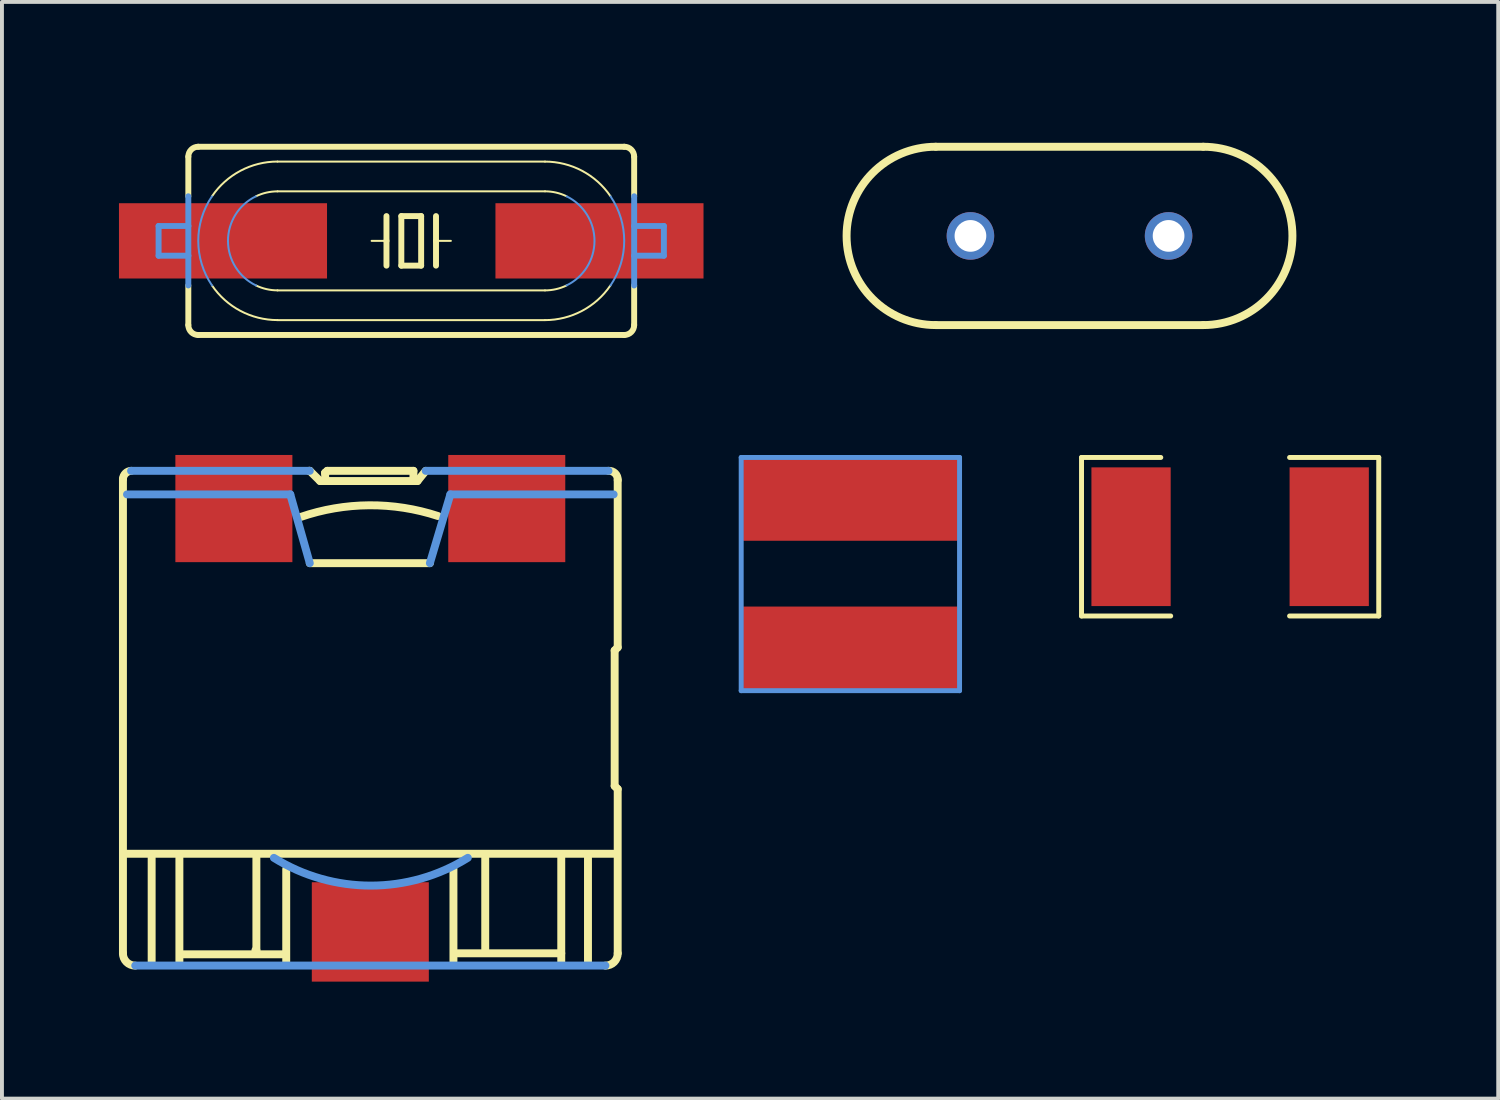
<source format=kicad_pcb>
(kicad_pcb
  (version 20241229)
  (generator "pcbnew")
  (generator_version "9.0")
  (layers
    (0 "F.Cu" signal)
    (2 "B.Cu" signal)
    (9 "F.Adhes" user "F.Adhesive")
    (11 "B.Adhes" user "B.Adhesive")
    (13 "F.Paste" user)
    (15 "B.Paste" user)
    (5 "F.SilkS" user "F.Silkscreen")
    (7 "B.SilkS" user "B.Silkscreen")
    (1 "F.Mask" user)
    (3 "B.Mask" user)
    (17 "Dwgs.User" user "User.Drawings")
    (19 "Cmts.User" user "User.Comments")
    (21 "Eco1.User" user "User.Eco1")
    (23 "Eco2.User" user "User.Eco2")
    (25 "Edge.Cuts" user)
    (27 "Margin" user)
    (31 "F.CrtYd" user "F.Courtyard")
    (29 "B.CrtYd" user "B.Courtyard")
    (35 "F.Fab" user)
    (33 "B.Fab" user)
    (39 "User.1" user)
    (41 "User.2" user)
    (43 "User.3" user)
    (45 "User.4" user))
  (footprint "IND_CR54"
    (layer "F.Cu")
    (at 18.751 11.657)
    (property "Reference" "IND_CR54" (at 0 0 0) (layer "Eco1.User") (effects (font (size 0.6 0.6) (thickness 0.1))))
    (attr through_hole)
    (fp_line (start -2.799 -2.979) (end -2.799 3) (stroke (width 0.127) (type solid)) (layer "Cmts.User"))
    (fp_line (start -2.799 3) (end 2.799 3) (stroke (width 0.127) (type solid)) (layer "Cmts.User"))
    (fp_line (start 2.799 -2.979) (end -2.799 -2.979) (stroke (width 0.127) (type solid)) (layer "Cmts.User"))
    (fp_line (start 2.799 3) (end 2.799 -2.979) (stroke (width 0.127) (type solid)) (layer "Cmts.User"))
    (pad "1" smd rect (at 0 -1.918) (size 5.499 2.149) (layers "F.Cu" "F.Mask" "F.Paste"))
    (pad "2" smd rect (at 0 1.918) (size 5.499 2.149) (layers "F.Cu" "F.Mask" "F.Paste")))
  (footprint "HC49UP"
    (layer "F.Cu")
    (at 7.493 3.125)
    (property "Reference" "HC49UP" (at -3.175 -2.159 0) (layer "Eco1.User") (effects (font (size 1.27 1.27) (thickness 0.127))))
    (attr through_hole)
    (fp_line (start -5.715 -1.143) (end -5.715 -2.159) (stroke (width 0.152) (type solid)) (layer "F.SilkS"))
    (fp_line (start -5.715 2.159) (end -5.715 1.143) (stroke (width 0.152) (type solid)) (layer "F.SilkS"))
    (fp_line (start -3.429 -2.032) (end 3.429 -2.032) (stroke (width 0.051) (type solid)) (layer "F.SilkS"))
    (fp_line (start -3.429 -1.27) (end 3.429 -1.27) (stroke (width 0.051) (type solid)) (layer "F.SilkS"))
    (fp_line (start -0.635 -0.635) (end -0.635 0) (stroke (width 0.152) (type solid)) (layer "F.SilkS"))
    (fp_line (start -0.635 0) (end -1.016 0) (stroke (width 0.051) (type solid)) (layer "F.SilkS"))
    (fp_line (start -0.635 0) (end -0.635 0.635) (stroke (width 0.152) (type solid)) (layer "F.SilkS"))
    (fp_line (start -0.254 -0.635) (end -0.254 0.635) (stroke (width 0.152) (type solid)) (layer "F.SilkS"))
    (fp_line (start -0.254 0.635) (end 0.254 0.635) (stroke (width 0.152) (type solid)) (layer "F.SilkS"))
    (fp_line (start 0.254 -0.635) (end -0.254 -0.635) (stroke (width 0.152) (type solid)) (layer "F.SilkS"))
    (fp_line (start 0.254 0.635) (end 0.254 -0.635) (stroke (width 0.152) (type solid)) (layer "F.SilkS"))
    (fp_line (start 0.635 -0.635) (end 0.635 0) (stroke (width 0.152) (type solid)) (layer "F.SilkS"))
    (fp_line (start 0.635 0) (end 0.635 0.635) (stroke (width 0.152) (type solid)) (layer "F.SilkS"))
    (fp_line (start 0.635 0) (end 1.016 0) (stroke (width 0.051) (type solid)) (layer "F.SilkS"))
    (fp_line (start 3.429 1.27) (end -3.429 1.27) (stroke (width 0.051) (type solid)) (layer "F.SilkS"))
    (fp_line (start 3.429 2.032) (end -3.429 2.032) (stroke (width 0.051) (type solid)) (layer "F.SilkS"))
    (fp_line (start 5.461 -2.413) (end -5.461 -2.413) (stroke (width 0.152) (type solid)) (layer "F.SilkS"))
    (fp_line (start 5.461 2.413) (end -5.461 2.413) (stroke (width 0.152) (type solid)) (layer "F.SilkS"))
    (fp_line (start 5.715 -1.143) (end 5.715 -2.159) (stroke (width 0.152) (type solid)) (layer "F.SilkS"))
    (fp_line (start 5.715 2.159) (end 5.715 1.143) (stroke (width 0.152) (type solid)) (layer "F.SilkS"))
    (fp_arc (start -5.715 -2.159) (mid -5.640605 -2.338605) (end -5.461 -2.413) (stroke (width 0.1524) (type solid)) (layer "F.SilkS"))
    (fp_arc (start -5.461 2.413) (mid -5.640605 2.338605) (end -5.715 2.159) (stroke (width 0.1524) (type solid)) (layer "F.SilkS"))
    (fp_arc (start -5.10794 -1.143) (mid -4.379218 -1.796128) (end -3.429787 -2.033178) (stroke (width 0.0508) (type solid)) (layer "F.SilkS"))
    (fp_arc (start -3.98018 -1.143) (mid -3.711094 -1.237203) (end -3.427769 -1.268955) (stroke (width 0.0508) (type solid)) (layer "F.SilkS"))
    (fp_arc (start -3.430896 2.03108) (mid -4.379513 1.794942) (end -5.10794 1.143) (stroke (width 0.0508) (type solid)) (layer "F.SilkS"))
    (fp_arc (start -3.427769 1.268955) (mid -3.711094 1.237203) (end -3.98018 1.143) (stroke (width 0.0508) (type solid)) (layer "F.SilkS"))
    (fp_arc (start 3.429 -2.032) (mid 4.378266 -1.796641) (end 5.107632 -1.145085) (stroke (width 0.0508) (type solid)) (layer "F.SilkS"))
    (fp_arc (start 3.429 -1.27) (mid 3.712527 -1.237947) (end 3.981743 -1.143405) (stroke (width 0.0508) (type solid)) (layer "F.SilkS"))
    (fp_arc (start 3.981743 1.143405) (mid 3.712527 1.237947) (end 3.429 1.27) (stroke (width 0.0508) (type solid)) (layer "F.SilkS"))
    (fp_arc (start 5.106523 1.142987) (mid 4.377972 1.795454) (end 3.429 2.032) (stroke (width 0.0508) (type solid)) (layer "F.SilkS"))
    (fp_arc (start 5.461 -2.413) (mid 5.640605 -2.338605) (end 5.715 -2.159) (stroke (width 0.1524) (type solid)) (layer "F.SilkS"))
    (fp_arc (start 5.715 2.159) (mid 5.640605 2.338605) (end 5.461 2.413) (stroke (width 0.1524) (type solid)) (layer "F.SilkS"))
    (fp_line (start -6.477 0.381) (end -6.477 -0.381) (stroke (width 0.152) (type solid)) (layer "Cmts.User"))
    (fp_line (start -5.715 -0.381) (end -6.477 -0.381) (stroke (width 0.152) (type solid)) (layer "Cmts.User"))
    (fp_line (start -5.715 -0.381) (end -5.715 -1.143) (stroke (width 0.152) (type solid)) (layer "Cmts.User"))
    (fp_line (start -5.715 0.381) (end -6.477 0.381) (stroke (width 0.152) (type solid)) (layer "Cmts.User"))
    (fp_line (start -5.715 0.381) (end -5.715 -0.381) (stroke (width 0.152) (type solid)) (layer "Cmts.User"))
    (fp_line (start -5.715 1.143) (end -5.715 0.381) (stroke (width 0.152) (type solid)) (layer "Cmts.User"))
    (fp_line (start 5.715 -0.381) (end 6.477 -0.381) (stroke (width 0.152) (type solid)) (layer "Cmts.User"))
    (fp_line (start 5.715 0.381) (end 6.477 0.381) (stroke (width 0.152) (type solid)) (layer "Cmts.User"))
    (fp_line (start 5.715 1.143) (end 5.715 -1.143) (stroke (width 0.152) (type solid)) (layer "Cmts.User"))
    (fp_line (start 6.477 0.381) (end 6.477 -0.381) (stroke (width 0.152) (type solid)) (layer "Cmts.User"))
    (fp_arc (start -5.10794 1.143) (mid -5.46008 0.001649) (end -5.109794 -1.140273) (stroke (width 0.0508) (type solid)) (layer "Cmts.User"))
    (fp_arc (start -3.98018 1.143) (mid -4.697953 0.002339) (end -3.98439 -1.14096) (stroke (width 0.0508) (type solid)) (layer "Cmts.User"))
    (fp_arc (start 3.98439 -1.14096) (mid 4.697953 0.002339) (end 3.98018 1.143) (stroke (width 0.0508) (type solid)) (layer "Cmts.User"))
    (fp_arc (start 5.109794 -1.140273) (mid 5.460081 0.001649) (end 5.10794 1.143) (stroke (width 0.0508) (type solid)) (layer "Cmts.User"))
    (pad "1" smd rect (at -4.826 0) (size 5.334 1.93) (layers "F.Cu" "F.Mask" "F.Paste"))
    (pad "2" smd rect (at 4.826 0) (size 5.334 1.93) (layers "F.Cu" "F.Mask" "F.Paste")))
  (footprint "IND_CEP125"
    (layer "F.Cu")
    (at 6.444 15.363)
    (property "Reference" "IND_CEP125" (at 0 -1.905 0) (layer "Eco1.User") (effects (font (size 1.2 1.2) (thickness 0.2))))
    (attr through_hole)
    (fp_line (start -6.342 6.027) (end -6.342 -6.134) (stroke (width 0.203) (type solid)) (layer "F.SilkS"))
    (fp_line (start -5.606 3.579) (end -5.606 6.238) (stroke (width 0.203) (type solid)) (layer "F.SilkS"))
    (fp_line (start -4.895 6.238) (end -4.895 3.579) (stroke (width 0.203) (type solid)) (layer "F.SilkS"))
    (fp_line (start -4.79 6.053) (end -2.21 6.053) (stroke (width 0.203) (type solid)) (layer "F.SilkS"))
    (fp_line (start -2.946 5.949) (end -2.921 5.949) (stroke (width 0.203) (type solid)) (layer "F.SilkS"))
    (fp_line (start -2.921 5.949) (end -2.921 3.579) (stroke (width 0.203) (type solid)) (layer "F.SilkS"))
    (fp_line (start -2.156 6.238) (end -2.156 3.868) (stroke (width 0.203) (type solid)) (layer "F.SilkS"))
    (fp_line (start -1.577 -6.342) (end -1.552 -6.342) (stroke (width 0.203) (type solid)) (layer "F.SilkS"))
    (fp_line (start -1.552 -6.342) (end -1.288 -6.081) (stroke (width 0.203) (type solid)) (layer "F.SilkS"))
    (fp_line (start -1.552 -3.975) (end 1.527 -3.975) (stroke (width 0.203) (type solid)) (layer "F.SilkS"))
    (fp_line (start -1.288 -6.081) (end -1.158 -6.081) (stroke (width 0.203) (type solid)) (layer "F.SilkS"))
    (fp_line (start -1.158 -6.292) (end -1.158 -6.292) (stroke (width 0.203) (type solid)) (layer "F.SilkS"))
    (fp_line (start -1.158 -6.292) (end -1.105 -6.342) (stroke (width 0.203) (type solid)) (layer "F.SilkS"))
    (fp_line (start -1.158 -6.081) (end -1.158 -6.292) (stroke (width 0.203) (type solid)) (layer "F.SilkS"))
    (fp_line (start -1.105 -6.342) (end 1.105 -6.342) (stroke (width 0.203) (type solid)) (layer "F.SilkS"))
    (fp_line (start 1.105 -6.342) (end 1.105 -6.081) (stroke (width 0.203) (type solid)) (layer "F.SilkS"))
    (fp_line (start 1.105 -6.081) (end -1.158 -6.081) (stroke (width 0.203) (type solid)) (layer "F.SilkS"))
    (fp_line (start 1.105 -6.081) (end 1.209 -6.081) (stroke (width 0.203) (type solid)) (layer "F.SilkS"))
    (fp_line (start 1.209 -6.081) (end 1.42 -6.342) (stroke (width 0.203) (type solid)) (layer "F.SilkS"))
    (fp_line (start 2.131 6.238) (end 2.131 3.868) (stroke (width 0.203) (type solid)) (layer "F.SilkS"))
    (fp_line (start 2.238 6.027) (end 4.895 6.027) (stroke (width 0.203) (type solid)) (layer "F.SilkS"))
    (fp_line (start 2.946 5.923) (end 2.946 3.579) (stroke (width 0.203) (type solid)) (layer "F.SilkS"))
    (fp_line (start 4.895 3.579) (end 4.895 6.238) (stroke (width 0.203) (type solid)) (layer "F.SilkS"))
    (fp_line (start 5.58 6.238) (end 5.58 3.579) (stroke (width 0.203) (type solid)) (layer "F.SilkS"))
    (fp_line (start 6.238 3.475) (end -6.264 3.475) (stroke (width 0.203) (type solid)) (layer "F.SilkS"))
    (fp_line (start 6.264 -1.737) (end 6.264 1.737) (stroke (width 0.203) (type solid)) (layer "F.SilkS"))
    (fp_line (start 6.264 1.737) (end 6.342 1.816) (stroke (width 0.203) (type solid)) (layer "F.SilkS"))
    (fp_line (start 6.342 -6.106) (end 6.342 -1.816) (stroke (width 0.203) (type solid)) (layer "F.SilkS"))
    (fp_line (start 6.342 -1.816) (end 6.264 -1.737) (stroke (width 0.203) (type solid)) (layer "F.SilkS"))
    (fp_line (start 6.342 1.816) (end 6.342 6.027) (stroke (width 0.203) (type solid)) (layer "F.SilkS"))
    (fp_arc (start -6.34238 -6.1341) (mid -6.27589 -6.278657) (end -6.130193 -6.342612) (stroke (width 0.2032) (type solid)) (layer "F.SilkS"))
    (fp_arc (start -6.02742 6.34238) (mid -6.250821 6.250942) (end -6.342381 6.027592) (stroke (width 0.2032) (type solid)) (layer "F.SilkS"))
    (fp_arc (start -1.78816 -5.15874) (mid -0.029329 -5.458869) (end 1.733606 -5.183865) (stroke (width 0.2032) (type solid)) (layer "F.SilkS"))
    (fp_arc (start 6.10616 -6.34238) (mid 6.2773 -6.277035) (end 6.342358 -6.105785) (stroke (width 0.2032) (type solid)) (layer "F.SilkS"))
    (fp_arc (start 6.34238 6.02742) (mid 6.25075 6.251013) (end 6.027047 6.342377) (stroke (width 0.2032) (type solid)) (layer "F.SilkS"))
    (fp_line (start -6.238 -5.738) (end -2.052 -5.738) (stroke (width 0.203) (type solid)) (layer "Cmts.User"))
    (fp_line (start -6.134 -6.342) (end -1.552 -6.342) (stroke (width 0.203) (type solid)) (layer "Cmts.User"))
    (fp_line (start -2.052 -5.738) (end -1.552 -3.975) (stroke (width 0.203) (type solid)) (layer "Cmts.User"))
    (fp_line (start 1.42 -6.342) (end 6.106 -6.342) (stroke (width 0.203) (type solid)) (layer "Cmts.User"))
    (fp_line (start 1.527 -3.975) (end 2.052 -5.738) (stroke (width 0.203) (type solid)) (layer "Cmts.User"))
    (fp_line (start 2.052 -5.738) (end 6.238 -5.738) (stroke (width 0.203) (type solid)) (layer "Cmts.User"))
    (fp_line (start 6.027 6.342) (end -6.027 6.342) (stroke (width 0.203) (type solid)) (layer "Cmts.User"))
    (fp_arc (start 2.49936 3.57886) (mid 0.013741 4.291022) (end -2.472194 3.579961) (stroke (width 0.2032) (type solid)) (layer "Cmts.User"))
    (pad "1" smd rect (at -3.498 -5.375) (size 3 2.748) (layers "F.Cu" "F.Mask" "F.Paste"))
    (pad "2" smd rect (at 3.498 -5.375) (size 3 2.748) (layers "F.Cu" "F.Mask" "F.Paste"))
    (pad "3" smd rect (at 0 5.479) (size 3 2.548) (layers "F.Cu" "F.Mask" "F.Paste")))
  (footprint "INDUCTOR-1206"
    (layer "F.Cu")
    (at 28.487 10.71)
    (property "Reference" "INDUCTOR-1206" (at 0 0 0) (layer "Cmts.User") (effects (font (size 0.001 0.001) (thickness 0.000001))))
    (attr through_hole)
    (fp_line (start -3.81 -2.032) (end -3.81 2.032) (stroke (width 0.127) (type solid)) (layer "F.SilkS"))
    (fp_line (start -3.81 2.032) (end -1.524 2.032) (stroke (width 0.127) (type solid)) (layer "F.SilkS"))
    (fp_line (start -1.778 -2.032) (end -3.81 -2.032) (stroke (width 0.127) (type solid)) (layer "F.SilkS"))
    (fp_line (start 1.524 -2.032) (end 3.81 -2.032) (stroke (width 0.127) (type solid)) (layer "F.SilkS"))
    (fp_line (start 3.81 -2.032) (end 3.81 2.032) (stroke (width 0.127) (type solid)) (layer "F.SilkS"))
    (fp_line (start 3.81 2.032) (end 1.524 2.032) (stroke (width 0.127) (type solid)) (layer "F.SilkS"))
    (pad "P$1" smd rect (at -2.54 0 90) (size 3.556 2.032) (layers "F.Cu" "F.Mask" "F.Paste"))
    (pad "P$2" smd rect (at 2.54 0 90) (size 3.556 2.032) (layers "F.Cu" "F.Mask" "F.Paste")))
  (footprint "HC49US"
    (layer "F.Cu")
    (at 24.369 2.998)
    (property "Reference" "HC49US" (at -2.54 -2.032 0) (layer "Eco1.User") (effects (font (size 1.27 1.27) (thickness 0.127))))
    (attr through_hole)
    (fp_line (start -3.429 2.286) (end 3.429 2.286) (stroke (width 0.203) (type solid)) (layer "F.SilkS"))
    (fp_line (start 3.429 -2.286) (end -3.429 -2.286) (stroke (width 0.203) (type solid)) (layer "F.SilkS"))
    (fp_arc (start -3.429 2.286) (mid -5.715 0) (end -3.429 -2.286) (stroke (width 0.2032) (type solid)) (layer "F.SilkS"))
    (fp_arc (start 3.429 -2.286) (mid 5.715 0) (end 3.429 2.286) (stroke (width 0.2032) (type solid)) (layer "F.SilkS"))
    (pad "1" thru_hole oval (at -2.54 0 90) (size 1.219 1.219) (drill 0.813) (layers "*.Cu" "*.Mask"))
    (pad "2" thru_hole oval (at 2.54 0 90) (size 1.219 1.219) (drill 0.813) (layers "*.Cu" "*.Mask")))
  (gr_rect
    (start -3 -3)
    (end 35.36 25.115)
    (stroke (width 0.1) (type default))
    (fill no)
    (layer "Edge.Cuts")))
</source>
